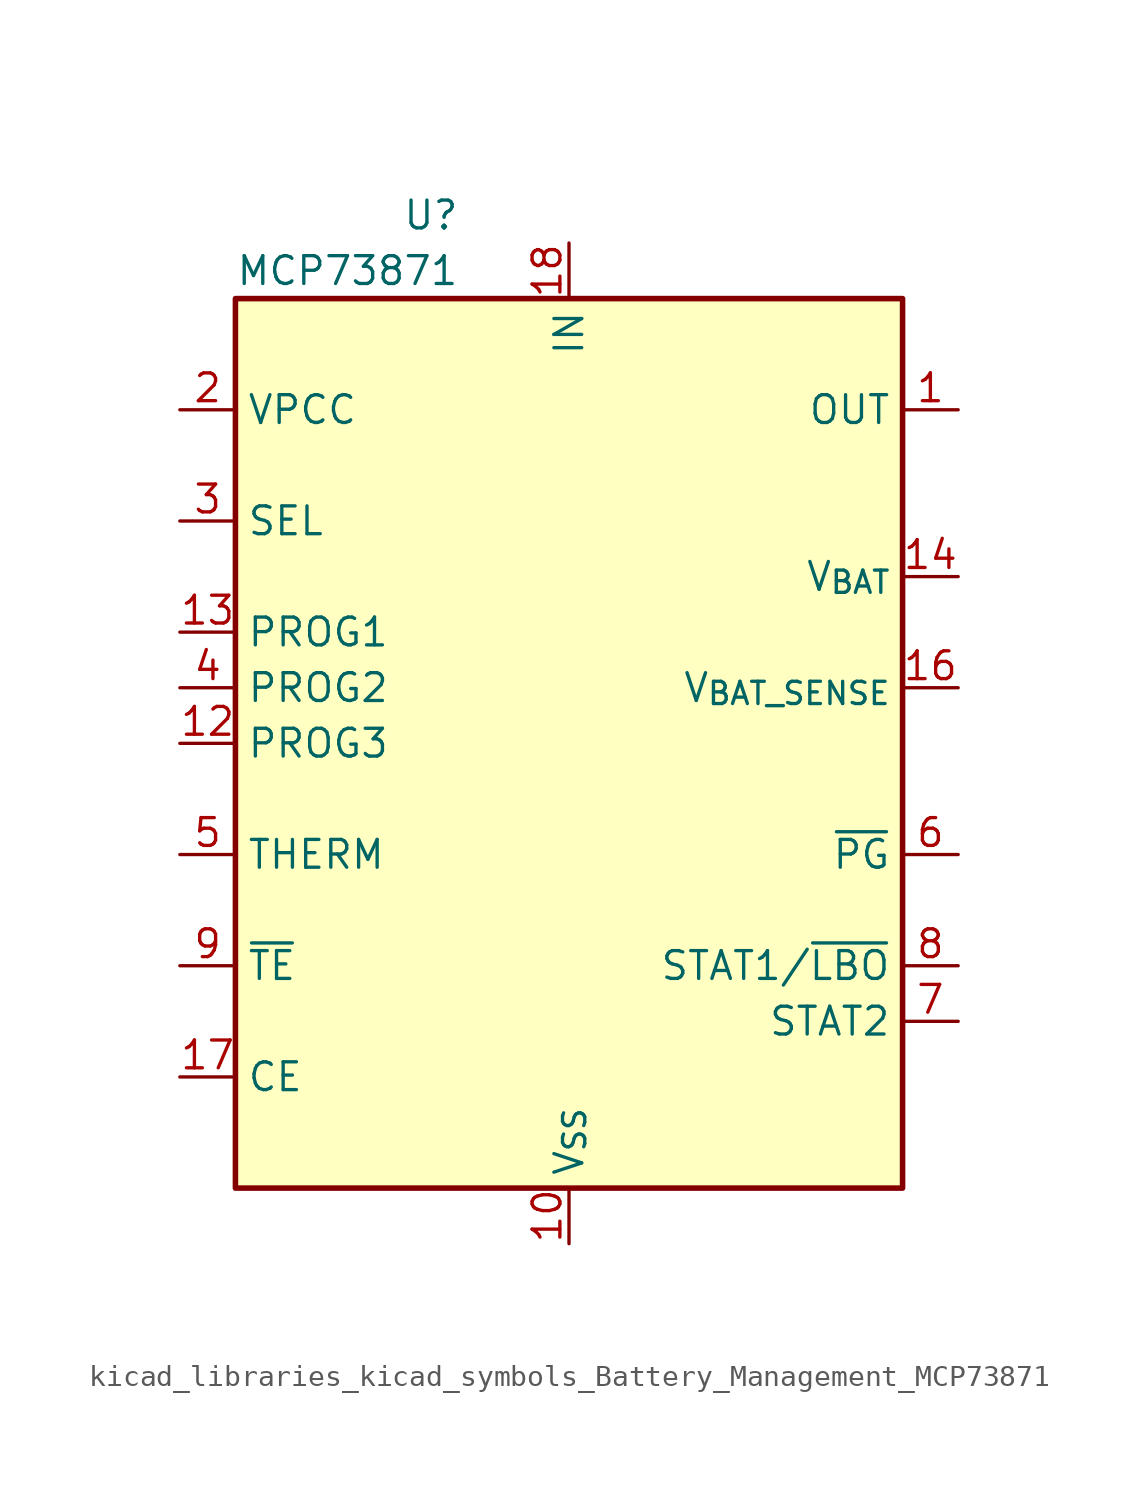
<source format=kicad_sym>
(kicad_symbol_lib
  (version 20220914)
  (generator kicad_symbol_editor)
  (symbol "kicad_libraries_kicad_symbols_Battery_Management_MCP73871"
    (property "Reference" "U"
      (at -7.62 24.13 0)
      (effects (font (size 1.27 1.27)) (justify left)))
    (property "Value" "MCP73871"
      (at -15.24 21.59 0)
      (effects (font (size 1.27 1.27)) (justify left)))
    (symbol "kicad_libraries_kicad_symbols_Battery_Management_MCP73871_0_1"
      (rectangle (start -15.24 20.32) (end 15.24 -20.32) (stroke (width 0.254) (type default)) (fill (type background))))
    (symbol "kicad_libraries_kicad_symbols_Battery_Management_MCP73871_1_1"
      (pin power_out line (at 17.78 15.24 180) (length 2.54) (name "OUT" (effects (font (size 1.27 1.27)))) (number "1" (effects (font (size 1.27 1.27)))))
      (pin power_in line (at 0 -22.86 90) (length 2.54) (name "V_{SS}" (effects (font (size 1.27 1.27)))) (number "10" (effects (font (size 1.27 1.27)))))
      (pin passive line (at 0 -22.86 90) (length 2.54) hide (name "V_{SS}" (effects (font (size 1.27 1.27)))) (number "11" (effects (font (size 1.27 1.27)))))
      (pin bidirectional line (at -17.78 0 0) (length 2.54) (name "PROG3" (effects (font (size 1.27 1.27)))) (number "12" (effects (font (size 1.27 1.27)))))
      (pin bidirectional line (at -17.78 5.08 0) (length 2.54) (name "PROG1" (effects (font (size 1.27 1.27)))) (number "13" (effects (font (size 1.27 1.27)))))
      (pin power_out line (at 17.78 7.62 180) (length 2.54) (name "V_{BAT}" (effects (font (size 1.27 1.27)))) (number "14" (effects (font (size 1.27 1.27)))))
      (pin passive line (at 17.78 7.62 180) (length 2.54) hide (name "V_{BAT}" (effects (font (size 1.27 1.27)))) (number "15" (effects (font (size 1.27 1.27)))))
      (pin input line (at 17.78 2.54 180) (length 2.54) (name "V_{BAT_SENSE}" (effects (font (size 1.27 1.27)))) (number "16" (effects (font (size 1.27 1.27)))))
      (pin input line (at -17.78 -15.24 0) (length 2.54) (name "CE" (effects (font (size 1.27 1.27)))) (number "17" (effects (font (size 1.27 1.27)))))
      (pin power_in line (at 0 22.86 270) (length 2.54) (name "IN" (effects (font (size 1.27 1.27)))) (number "18" (effects (font (size 1.27 1.27)))))
      (pin passive line (at 0 22.86 270) (length 2.54) hide (name "IN" (effects (font (size 1.27 1.27)))) (number "19" (effects (font (size 1.27 1.27)))))
      (pin input line (at -17.78 15.24 0) (length 2.54) (name "VPCC" (effects (font (size 1.27 1.27)))) (number "2" (effects (font (size 1.27 1.27)))))
      (pin passive line (at 17.78 15.24 180) (length 2.54) hide (name "OUT" (effects (font (size 1.27 1.27)))) (number "20" (effects (font (size 1.27 1.27)))))
      (pin passive line (at 0 -22.86 90) (length 2.54) hide (name "V_{SS}" (effects (font (size 1.27 1.27)))) (number "21" (effects (font (size 1.27 1.27)))))
      (pin input line (at -17.78 10.16 0) (length 2.54) (name "SEL" (effects (font (size 1.27 1.27)))) (number "3" (effects (font (size 1.27 1.27)))))
      (pin input line (at -17.78 2.54 0) (length 2.54) (name "PROG2" (effects (font (size 1.27 1.27)))) (number "4" (effects (font (size 1.27 1.27)))))
      (pin bidirectional line (at -17.78 -5.08 0) (length 2.54) (name "THERM" (effects (font (size 1.27 1.27)))) (number "5" (effects (font (size 1.27 1.27)))))
      (pin open_collector line (at 17.78 -5.08 180) (length 2.54) (name "~{PG}" (effects (font (size 1.27 1.27)))) (number "6" (effects (font (size 1.27 1.27)))))
      (pin open_collector line (at 17.78 -12.7 180) (length 2.54) (name "STAT2" (effects (font (size 1.27 1.27)))) (number "7" (effects (font (size 1.27 1.27)))))
      (pin open_collector line (at 17.78 -10.16 180) (length 2.54) (name "STAT1/~{LBO}" (effects (font (size 1.27 1.27)))) (number "8" (effects (font (size 1.27 1.27)))))
      (pin input line (at -17.78 -10.16 0) (length 2.54) (name "~{TE}" (effects (font (size 1.27 1.27)))) (number "9" (effects (font (size 1.27 1.27))))))))
</source>
